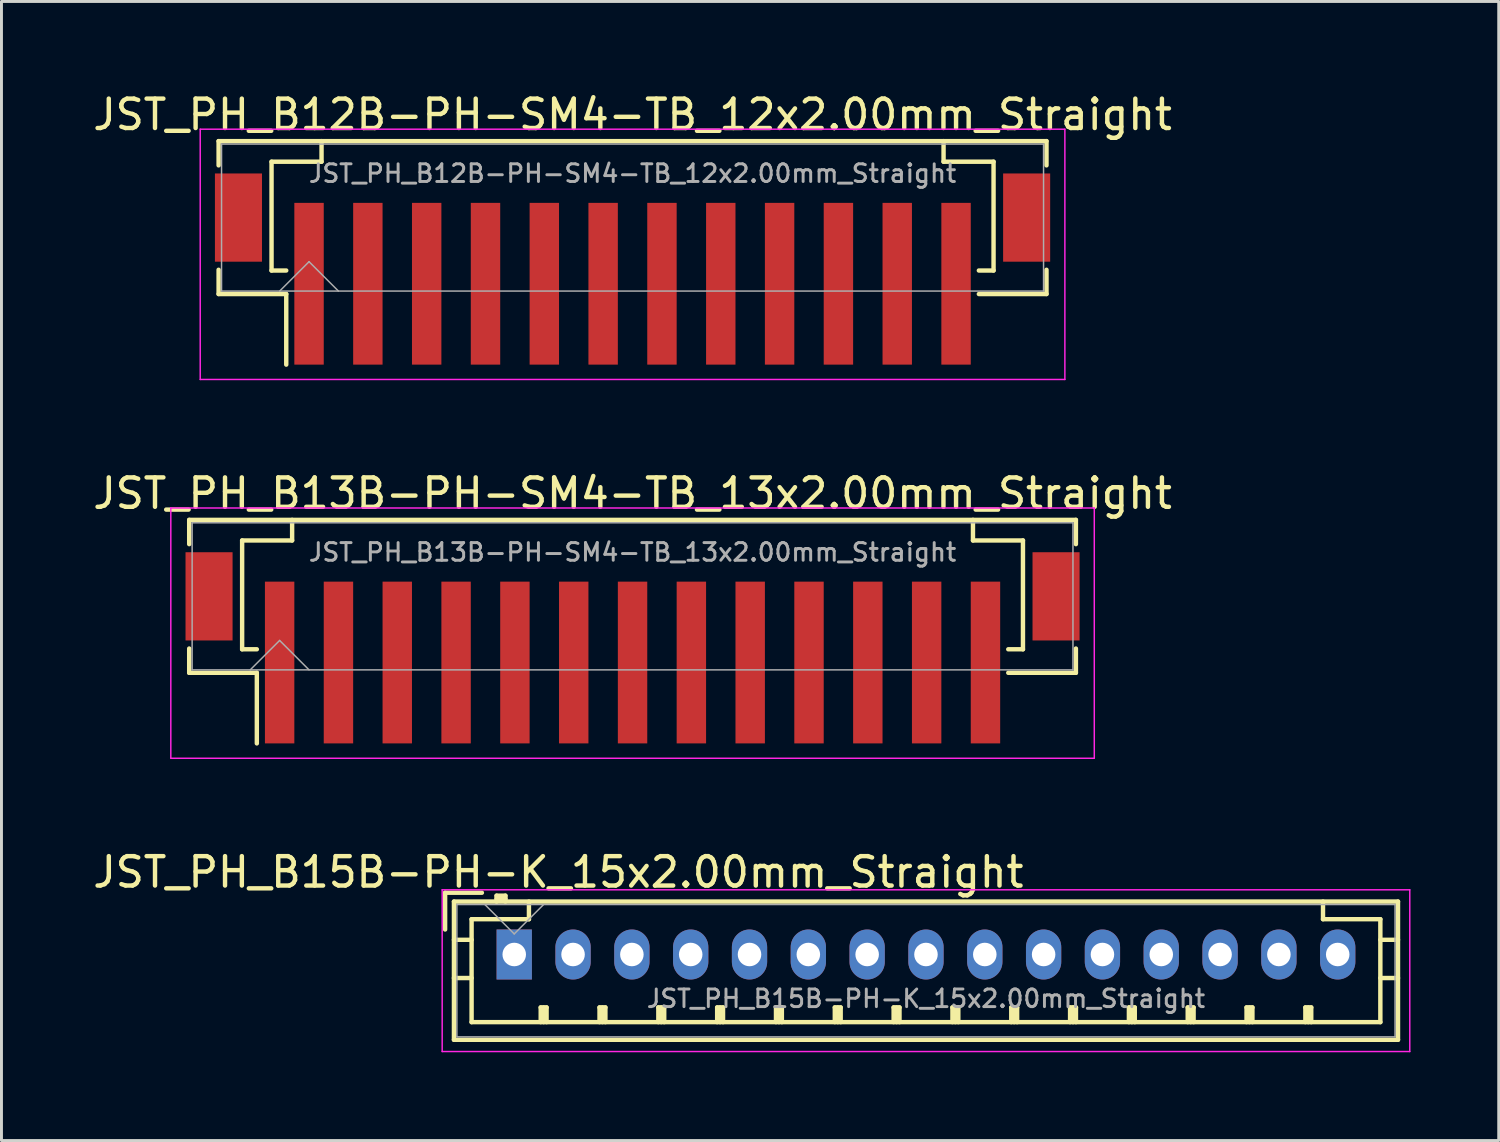
<source format=kicad_pcb>
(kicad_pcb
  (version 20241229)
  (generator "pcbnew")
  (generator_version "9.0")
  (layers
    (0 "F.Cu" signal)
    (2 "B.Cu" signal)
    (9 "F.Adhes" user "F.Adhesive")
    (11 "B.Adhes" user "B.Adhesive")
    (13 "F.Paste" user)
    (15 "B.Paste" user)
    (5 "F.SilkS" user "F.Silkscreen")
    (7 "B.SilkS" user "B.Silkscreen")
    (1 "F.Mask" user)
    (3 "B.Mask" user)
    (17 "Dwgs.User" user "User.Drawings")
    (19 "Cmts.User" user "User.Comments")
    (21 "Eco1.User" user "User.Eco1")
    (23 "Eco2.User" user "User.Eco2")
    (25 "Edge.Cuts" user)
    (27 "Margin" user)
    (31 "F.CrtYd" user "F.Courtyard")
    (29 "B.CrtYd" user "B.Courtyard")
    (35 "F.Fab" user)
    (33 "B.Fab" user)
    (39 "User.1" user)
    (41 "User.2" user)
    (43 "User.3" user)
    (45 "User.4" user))
  (footprint "JST_PH_B12B-PH-SM4-TB_12x2.00mm_Straight"
    (layer "F.Cu")
    (at 18.458 5.473)
    (property "Reference" "JST_PH_B12B-PH-SM4-TB_12x2.00mm_Straight" (at 0 -2.625 0) (layer "F.Fab") (effects (font (size 0.6 0.6) (thickness 0.1))))
    (attr smd)
    (fp_line (start -14.075 -3.725) (end 14.075 -3.725) (stroke (width 0.15) (type solid)) (layer "F.SilkS"))
    (fp_line (start -14.075 -2.9) (end -14.075 -3.725) (stroke (width 0.15) (type solid)) (layer "F.SilkS"))
    (fp_line (start -14.075 0.65) (end -14.075 1.475) (stroke (width 0.15) (type solid)) (layer "F.SilkS"))
    (fp_line (start -14.075 1.475) (end -11.775 1.475) (stroke (width 0.15) (type solid)) (layer "F.SilkS"))
    (fp_line (start -12.275 -3.025) (end -12.275 0.675) (stroke (width 0.15) (type solid)) (layer "F.SilkS"))
    (fp_line (start -12.275 0.675) (end -11.775 0.675) (stroke (width 0.15) (type solid)) (layer "F.SilkS"))
    (fp_line (start -11.775 1.475) (end -11.775 3.875) (stroke (width 0.15) (type solid)) (layer "F.SilkS"))
    (fp_line (start -10.575 -3.725) (end -10.575 -3.025) (stroke (width 0.15) (type solid)) (layer "F.SilkS"))
    (fp_line (start -10.575 -3.025) (end -12.275 -3.025) (stroke (width 0.15) (type solid)) (layer "F.SilkS"))
    (fp_line (start 10.575 -3.725) (end 10.575 -3.025) (stroke (width 0.15) (type solid)) (layer "F.SilkS"))
    (fp_line (start 10.575 -3.025) (end 12.275 -3.025) (stroke (width 0.15) (type solid)) (layer "F.SilkS"))
    (fp_line (start 12.275 -3.025) (end 12.275 0.675) (stroke (width 0.15) (type solid)) (layer "F.SilkS"))
    (fp_line (start 12.275 0.675) (end 11.775 0.675) (stroke (width 0.15) (type solid)) (layer "F.SilkS"))
    (fp_line (start 14.075 -3.725) (end 14.075 -2.9) (stroke (width 0.15) (type solid)) (layer "F.SilkS"))
    (fp_line (start 14.075 0.65) (end 14.075 1.475) (stroke (width 0.15) (type solid)) (layer "F.SilkS"))
    (fp_line (start 14.075 1.475) (end 11.775 1.475) (stroke (width 0.15) (type solid)) (layer "F.SilkS"))
    (fp_line (start -14.7 -4.13) (end -14.7 4.38) (stroke (width 0.05) (type solid)) (layer "F.CrtYd"))
    (fp_line (start -14.7 4.38) (end 14.7 4.38) (stroke (width 0.05) (type solid)) (layer "F.CrtYd"))
    (fp_line (start 14.7 -4.13) (end -14.7 -4.13) (stroke (width 0.05) (type solid)) (layer "F.CrtYd"))
    (fp_line (start 14.7 4.38) (end 14.7 -4.13) (stroke (width 0.05) (type solid)) (layer "F.CrtYd"))
    (fp_line (start -13.975 -3.625) (end -13.975 1.375) (stroke (width 0.05) (type solid)) (layer "F.Fab"))
    (fp_line (start -13.975 1.375) (end 13.975 1.375) (stroke (width 0.05) (type solid)) (layer "F.Fab"))
    (fp_line (start -12 1.375) (end -11 0.375) (stroke (width 0.05) (type solid)) (layer "F.Fab"))
    (fp_line (start -11 0.375) (end -10 1.375) (stroke (width 0.05) (type solid)) (layer "F.Fab"))
    (fp_line (start 13.975 -3.625) (end -13.975 -3.625) (stroke (width 0.05) (type solid)) (layer "F.Fab"))
    (fp_line (start 13.975 1.375) (end 13.975 -3.625) (stroke (width 0.05) (type solid)) (layer "F.Fab"))
    (fp_text user "${REFERENCE}" (at 0 -4.625 0) (layer "F.SilkS") (effects (font (size 1 1) (thickness 0.15))))
    (pad "" smd rect (at -13.4 -1.125) (size 1.6 3) (layers "F.Cu" "F.Mask" "F.Paste"))
    (pad "" smd rect (at 13.4 -1.125) (size 1.6 3) (layers "F.Cu" "F.Mask" "F.Paste"))
    (pad "1" smd rect (at -11 1.125) (size 1 5.5) (layers "F.Cu" "F.Mask" "F.Paste"))
    (pad "2" smd rect (at -9 1.125) (size 1 5.5) (layers "F.Cu" "F.Mask" "F.Paste"))
    (pad "3" smd rect (at -7 1.125) (size 1 5.5) (layers "F.Cu" "F.Mask" "F.Paste"))
    (pad "4" smd rect (at -5 1.125) (size 1 5.5) (layers "F.Cu" "F.Mask" "F.Paste"))
    (pad "5" smd rect (at -3 1.125) (size 1 5.5) (layers "F.Cu" "F.Mask" "F.Paste"))
    (pad "6" smd rect (at -1 1.125) (size 1 5.5) (layers "F.Cu" "F.Mask" "F.Paste"))
    (pad "7" smd rect (at 1 1.125) (size 1 5.5) (layers "F.Cu" "F.Mask" "F.Paste"))
    (pad "8" smd rect (at 3 1.125) (size 1 5.5) (layers "F.Cu" "F.Mask" "F.Paste"))
    (pad "9" smd rect (at 5 1.125) (size 1 5.5) (layers "F.Cu" "F.Mask" "F.Paste"))
    (pad "10" smd rect (at 7 1.125) (size 1 5.5) (layers "F.Cu" "F.Mask" "F.Paste"))
    (pad "11" smd rect (at 9 1.125) (size 1 5.5) (layers "F.Cu" "F.Mask" "F.Paste"))
    (pad "12" smd rect (at 11 1.125) (size 1 5.5) (layers "F.Cu" "F.Mask" "F.Paste")))
  (footprint "JST_PH_B15B-PH-K_15x2.00mm_Straight"
    (layer "F.Cu")
    (at 14.435 29.405)
    (property "Reference" "JST_PH_B15B-PH-K_15x2.00mm_Straight" (at 14 1.5 0) (layer "F.Fab") (effects (font (size 0.6 0.6) (thickness 0.1))))
    (attr through_hole)
    (fp_line (start -2.35 -2.1) (end -2.35 -0.85) (stroke (width 0.15) (type solid)) (layer "F.SilkS"))
    (fp_line (start -2.05 -1.8) (end -2.05 2.9) (stroke (width 0.15) (type solid)) (layer "F.SilkS"))
    (fp_line (start -2.05 -0.5) (end -1.45 -0.5) (stroke (width 0.15) (type solid)) (layer "F.SilkS"))
    (fp_line (start -2.05 0.8) (end -1.45 0.8) (stroke (width 0.15) (type solid)) (layer "F.SilkS"))
    (fp_line (start -2.05 2.9) (end 30.05 2.9) (stroke (width 0.15) (type solid)) (layer "F.SilkS"))
    (fp_line (start -1.45 -1.2) (end -1.45 2.3) (stroke (width 0.15) (type solid)) (layer "F.SilkS"))
    (fp_line (start -1.45 2.3) (end 29.45 2.3) (stroke (width 0.15) (type solid)) (layer "F.SilkS"))
    (fp_line (start -1.1 -2.1) (end -2.35 -2.1) (stroke (width 0.15) (type solid)) (layer "F.SilkS"))
    (fp_line (start -0.6 -2) (end -0.6 -1.8) (stroke (width 0.15) (type solid)) (layer "F.SilkS"))
    (fp_line (start -0.3 -2) (end -0.6 -2) (stroke (width 0.15) (type solid)) (layer "F.SilkS"))
    (fp_line (start -0.3 -1.9) (end -0.6 -1.9) (stroke (width 0.15) (type solid)) (layer "F.SilkS"))
    (fp_line (start -0.3 -1.8) (end -0.3 -2) (stroke (width 0.15) (type solid)) (layer "F.SilkS"))
    (fp_line (start 0.5 -1.8) (end 0.5 -1.2) (stroke (width 0.15) (type solid)) (layer "F.SilkS"))
    (fp_line (start 0.5 -1.2) (end -1.45 -1.2) (stroke (width 0.15) (type solid)) (layer "F.SilkS"))
    (fp_line (start 0.9 1.8) (end 1.1 1.8) (stroke (width 0.15) (type solid)) (layer "F.SilkS"))
    (fp_line (start 0.9 2.3) (end 0.9 1.8) (stroke (width 0.15) (type solid)) (layer "F.SilkS"))
    (fp_line (start 1 2.3) (end 1 1.8) (stroke (width 0.15) (type solid)) (layer "F.SilkS"))
    (fp_line (start 1.1 1.8) (end 1.1 2.3) (stroke (width 0.15) (type solid)) (layer "F.SilkS"))
    (fp_line (start 2.9 1.8) (end 3.1 1.8) (stroke (width 0.15) (type solid)) (layer "F.SilkS"))
    (fp_line (start 2.9 2.3) (end 2.9 1.8) (stroke (width 0.15) (type solid)) (layer "F.SilkS"))
    (fp_line (start 3 2.3) (end 3 1.8) (stroke (width 0.15) (type solid)) (layer "F.SilkS"))
    (fp_line (start 3.1 1.8) (end 3.1 2.3) (stroke (width 0.15) (type solid)) (layer "F.SilkS"))
    (fp_line (start 4.9 1.8) (end 5.1 1.8) (stroke (width 0.15) (type solid)) (layer "F.SilkS"))
    (fp_line (start 4.9 2.3) (end 4.9 1.8) (stroke (width 0.15) (type solid)) (layer "F.SilkS"))
    (fp_line (start 5 2.3) (end 5 1.8) (stroke (width 0.15) (type solid)) (layer "F.SilkS"))
    (fp_line (start 5.1 1.8) (end 5.1 2.3) (stroke (width 0.15) (type solid)) (layer "F.SilkS"))
    (fp_line (start 6.9 1.8) (end 7.1 1.8) (stroke (width 0.15) (type solid)) (layer "F.SilkS"))
    (fp_line (start 6.9 2.3) (end 6.9 1.8) (stroke (width 0.15) (type solid)) (layer "F.SilkS"))
    (fp_line (start 7 2.3) (end 7 1.8) (stroke (width 0.15) (type solid)) (layer "F.SilkS"))
    (fp_line (start 7.1 1.8) (end 7.1 2.3) (stroke (width 0.15) (type solid)) (layer "F.SilkS"))
    (fp_line (start 8.9 1.8) (end 9.1 1.8) (stroke (width 0.15) (type solid)) (layer "F.SilkS"))
    (fp_line (start 8.9 2.3) (end 8.9 1.8) (stroke (width 0.15) (type solid)) (layer "F.SilkS"))
    (fp_line (start 9 2.3) (end 9 1.8) (stroke (width 0.15) (type solid)) (layer "F.SilkS"))
    (fp_line (start 9.1 1.8) (end 9.1 2.3) (stroke (width 0.15) (type solid)) (layer "F.SilkS"))
    (fp_line (start 10.9 1.8) (end 11.1 1.8) (stroke (width 0.15) (type solid)) (layer "F.SilkS"))
    (fp_line (start 10.9 2.3) (end 10.9 1.8) (stroke (width 0.15) (type solid)) (layer "F.SilkS"))
    (fp_line (start 11 2.3) (end 11 1.8) (stroke (width 0.15) (type solid)) (layer "F.SilkS"))
    (fp_line (start 11.1 1.8) (end 11.1 2.3) (stroke (width 0.15) (type solid)) (layer "F.SilkS"))
    (fp_line (start 12.9 1.8) (end 13.1 1.8) (stroke (width 0.15) (type solid)) (layer "F.SilkS"))
    (fp_line (start 12.9 2.3) (end 12.9 1.8) (stroke (width 0.15) (type solid)) (layer "F.SilkS"))
    (fp_line (start 13 2.3) (end 13 1.8) (stroke (width 0.15) (type solid)) (layer "F.SilkS"))
    (fp_line (start 13.1 1.8) (end 13.1 2.3) (stroke (width 0.15) (type solid)) (layer "F.SilkS"))
    (fp_line (start 14.9 1.8) (end 15.1 1.8) (stroke (width 0.15) (type solid)) (layer "F.SilkS"))
    (fp_line (start 14.9 2.3) (end 14.9 1.8) (stroke (width 0.15) (type solid)) (layer "F.SilkS"))
    (fp_line (start 15 2.3) (end 15 1.8) (stroke (width 0.15) (type solid)) (layer "F.SilkS"))
    (fp_line (start 15.1 1.8) (end 15.1 2.3) (stroke (width 0.15) (type solid)) (layer "F.SilkS"))
    (fp_line (start 16.9 1.8) (end 17.1 1.8) (stroke (width 0.15) (type solid)) (layer "F.SilkS"))
    (fp_line (start 16.9 2.3) (end 16.9 1.8) (stroke (width 0.15) (type solid)) (layer "F.SilkS"))
    (fp_line (start 17 2.3) (end 17 1.8) (stroke (width 0.15) (type solid)) (layer "F.SilkS"))
    (fp_line (start 17.1 1.8) (end 17.1 2.3) (stroke (width 0.15) (type solid)) (layer "F.SilkS"))
    (fp_line (start 18.9 1.8) (end 19.1 1.8) (stroke (width 0.15) (type solid)) (layer "F.SilkS"))
    (fp_line (start 18.9 2.3) (end 18.9 1.8) (stroke (width 0.15) (type solid)) (layer "F.SilkS"))
    (fp_line (start 19 2.3) (end 19 1.8) (stroke (width 0.15) (type solid)) (layer "F.SilkS"))
    (fp_line (start 19.1 1.8) (end 19.1 2.3) (stroke (width 0.15) (type solid)) (layer "F.SilkS"))
    (fp_line (start 20.9 1.8) (end 21.1 1.8) (stroke (width 0.15) (type solid)) (layer "F.SilkS"))
    (fp_line (start 20.9 2.3) (end 20.9 1.8) (stroke (width 0.15) (type solid)) (layer "F.SilkS"))
    (fp_line (start 21 2.3) (end 21 1.8) (stroke (width 0.15) (type solid)) (layer "F.SilkS"))
    (fp_line (start 21.1 1.8) (end 21.1 2.3) (stroke (width 0.15) (type solid)) (layer "F.SilkS"))
    (fp_line (start 22.9 1.8) (end 23.1 1.8) (stroke (width 0.15) (type solid)) (layer "F.SilkS"))
    (fp_line (start 22.9 2.3) (end 22.9 1.8) (stroke (width 0.15) (type solid)) (layer "F.SilkS"))
    (fp_line (start 23 2.3) (end 23 1.8) (stroke (width 0.15) (type solid)) (layer "F.SilkS"))
    (fp_line (start 23.1 1.8) (end 23.1 2.3) (stroke (width 0.15) (type solid)) (layer "F.SilkS"))
    (fp_line (start 24.9 1.8) (end 25.1 1.8) (stroke (width 0.15) (type solid)) (layer "F.SilkS"))
    (fp_line (start 24.9 2.3) (end 24.9 1.8) (stroke (width 0.15) (type solid)) (layer "F.SilkS"))
    (fp_line (start 25 2.3) (end 25 1.8) (stroke (width 0.15) (type solid)) (layer "F.SilkS"))
    (fp_line (start 25.1 1.8) (end 25.1 2.3) (stroke (width 0.15) (type solid)) (layer "F.SilkS"))
    (fp_line (start 26.9 1.8) (end 27.1 1.8) (stroke (width 0.15) (type solid)) (layer "F.SilkS"))
    (fp_line (start 26.9 2.3) (end 26.9 1.8) (stroke (width 0.15) (type solid)) (layer "F.SilkS"))
    (fp_line (start 27 2.3) (end 27 1.8) (stroke (width 0.15) (type solid)) (layer "F.SilkS"))
    (fp_line (start 27.1 1.8) (end 27.1 2.3) (stroke (width 0.15) (type solid)) (layer "F.SilkS"))
    (fp_line (start 27.5 -1.2) (end 27.5 -1.8) (stroke (width 0.15) (type solid)) (layer "F.SilkS"))
    (fp_line (start 29.45 -1.2) (end 27.5 -1.2) (stroke (width 0.15) (type solid)) (layer "F.SilkS"))
    (fp_line (start 29.45 2.3) (end 29.45 -1.2) (stroke (width 0.15) (type solid)) (layer "F.SilkS"))
    (fp_line (start 30.05 -1.8) (end -2.05 -1.8) (stroke (width 0.15) (type solid)) (layer "F.SilkS"))
    (fp_line (start 30.05 -0.5) (end 29.45 -0.5) (stroke (width 0.15) (type solid)) (layer "F.SilkS"))
    (fp_line (start 30.05 0.8) (end 29.45 0.8) (stroke (width 0.15) (type solid)) (layer "F.SilkS"))
    (fp_line (start 30.05 2.9) (end 30.05 -1.8) (stroke (width 0.15) (type solid)) (layer "F.SilkS"))
    (fp_line (start -2.45 -2.2) (end -2.45 3.3) (stroke (width 0.05) (type solid)) (layer "F.CrtYd"))
    (fp_line (start -2.45 3.3) (end 30.45 3.3) (stroke (width 0.05) (type solid)) (layer "F.CrtYd"))
    (fp_line (start 30.45 -2.2) (end -2.45 -2.2) (stroke (width 0.05) (type solid)) (layer "F.CrtYd"))
    (fp_line (start 30.45 3.3) (end 30.45 -2.2) (stroke (width 0.05) (type solid)) (layer "F.CrtYd"))
    (fp_line (start -1.95 -1.7) (end -1.95 2.8) (stroke (width 0.05) (type solid)) (layer "F.Fab"))
    (fp_line (start -1.95 2.8) (end 29.95 2.8) (stroke (width 0.05) (type solid)) (layer "F.Fab"))
    (fp_line (start -1 -1.7) (end 0 -0.7) (stroke (width 0.05) (type solid)) (layer "F.Fab"))
    (fp_line (start 0 -0.7) (end 1 -1.7) (stroke (width 0.05) (type solid)) (layer "F.Fab"))
    (fp_line (start 29.95 -1.7) (end -1.95 -1.7) (stroke (width 0.05) (type solid)) (layer "F.Fab"))
    (fp_line (start 29.95 2.8) (end 29.95 -1.7) (stroke (width 0.05) (type solid)) (layer "F.Fab"))
    (fp_text user "${REFERENCE}" (at 1.5 -2.8 0) (layer "F.SilkS") (effects (font (size 1 1) (thickness 0.15))))
    (pad "1" thru_hole rect (at 0 0) (size 1.2 1.7) (drill 0.8) (layers "*.Cu" "*.Mask"))
    (pad "2" thru_hole oval (at 2 0) (size 1.2 1.7) (drill 0.8) (layers "*.Cu" "*.Mask"))
    (pad "3" thru_hole oval (at 4 0) (size 1.2 1.7) (drill 0.8) (layers "*.Cu" "*.Mask"))
    (pad "4" thru_hole oval (at 6 0) (size 1.2 1.7) (drill 0.8) (layers "*.Cu" "*.Mask"))
    (pad "5" thru_hole oval (at 8 0) (size 1.2 1.7) (drill 0.8) (layers "*.Cu" "*.Mask"))
    (pad "6" thru_hole oval (at 10 0) (size 1.2 1.7) (drill 0.8) (layers "*.Cu" "*.Mask"))
    (pad "7" thru_hole oval (at 12 0) (size 1.2 1.7) (drill 0.8) (layers "*.Cu" "*.Mask"))
    (pad "8" thru_hole oval (at 14 0) (size 1.2 1.7) (drill 0.8) (layers "*.Cu" "*.Mask"))
    (pad "9" thru_hole oval (at 16 0) (size 1.2 1.7) (drill 0.8) (layers "*.Cu" "*.Mask"))
    (pad "10" thru_hole oval (at 18 0) (size 1.2 1.7) (drill 0.8) (layers "*.Cu" "*.Mask"))
    (pad "11" thru_hole oval (at 20 0) (size 1.2 1.7) (drill 0.8) (layers "*.Cu" "*.Mask"))
    (pad "12" thru_hole oval (at 22 0) (size 1.2 1.7) (drill 0.8) (layers "*.Cu" "*.Mask"))
    (pad "13" thru_hole oval (at 24 0) (size 1.2 1.7) (drill 0.8) (layers "*.Cu" "*.Mask"))
    (pad "14" thru_hole oval (at 26 0) (size 1.2 1.7) (drill 0.8) (layers "*.Cu" "*.Mask"))
    (pad "15" thru_hole oval (at 28 0) (size 1.2 1.7) (drill 0.8) (layers "*.Cu" "*.Mask")))
  (footprint "JST_PH_B13B-PH-SM4-TB_13x2.00mm_Straight"
    (layer "F.Cu")
    (at 18.458 18.352)
    (property "Reference" "JST_PH_B13B-PH-SM4-TB_13x2.00mm_Straight" (at 0 -2.625 0) (layer "F.Fab") (effects (font (size 0.6 0.6) (thickness 0.1))))
    (attr smd)
    (fp_line (start -15.075 -3.725) (end 15.075 -3.725) (stroke (width 0.15) (type solid)) (layer "F.SilkS"))
    (fp_line (start -15.075 -2.9) (end -15.075 -3.725) (stroke (width 0.15) (type solid)) (layer "F.SilkS"))
    (fp_line (start -15.075 0.65) (end -15.075 1.475) (stroke (width 0.15) (type solid)) (layer "F.SilkS"))
    (fp_line (start -15.075 1.475) (end -12.775 1.475) (stroke (width 0.15) (type solid)) (layer "F.SilkS"))
    (fp_line (start -13.275 -3.025) (end -13.275 0.675) (stroke (width 0.15) (type solid)) (layer "F.SilkS"))
    (fp_line (start -13.275 0.675) (end -12.775 0.675) (stroke (width 0.15) (type solid)) (layer "F.SilkS"))
    (fp_line (start -12.775 1.475) (end -12.775 3.875) (stroke (width 0.15) (type solid)) (layer "F.SilkS"))
    (fp_line (start -11.575 -3.725) (end -11.575 -3.025) (stroke (width 0.15) (type solid)) (layer "F.SilkS"))
    (fp_line (start -11.575 -3.025) (end -13.275 -3.025) (stroke (width 0.15) (type solid)) (layer "F.SilkS"))
    (fp_line (start 11.575 -3.725) (end 11.575 -3.025) (stroke (width 0.15) (type solid)) (layer "F.SilkS"))
    (fp_line (start 11.575 -3.025) (end 13.275 -3.025) (stroke (width 0.15) (type solid)) (layer "F.SilkS"))
    (fp_line (start 13.275 -3.025) (end 13.275 0.675) (stroke (width 0.15) (type solid)) (layer "F.SilkS"))
    (fp_line (start 13.275 0.675) (end 12.775 0.675) (stroke (width 0.15) (type solid)) (layer "F.SilkS"))
    (fp_line (start 15.075 -3.725) (end 15.075 -2.9) (stroke (width 0.15) (type solid)) (layer "F.SilkS"))
    (fp_line (start 15.075 0.65) (end 15.075 1.475) (stroke (width 0.15) (type solid)) (layer "F.SilkS"))
    (fp_line (start 15.075 1.475) (end 12.775 1.475) (stroke (width 0.15) (type solid)) (layer "F.SilkS"))
    (fp_line (start -15.7 -4.13) (end -15.7 4.38) (stroke (width 0.05) (type solid)) (layer "F.CrtYd"))
    (fp_line (start -15.7 4.38) (end 15.7 4.38) (stroke (width 0.05) (type solid)) (layer "F.CrtYd"))
    (fp_line (start 15.7 -4.13) (end -15.7 -4.13) (stroke (width 0.05) (type solid)) (layer "F.CrtYd"))
    (fp_line (start 15.7 4.38) (end 15.7 -4.13) (stroke (width 0.05) (type solid)) (layer "F.CrtYd"))
    (fp_line (start -14.975 -3.625) (end -14.975 1.375) (stroke (width 0.05) (type solid)) (layer "F.Fab"))
    (fp_line (start -14.975 1.375) (end 14.975 1.375) (stroke (width 0.05) (type solid)) (layer "F.Fab"))
    (fp_line (start -13 1.375) (end -12 0.375) (stroke (width 0.05) (type solid)) (layer "F.Fab"))
    (fp_line (start -12 0.375) (end -11 1.375) (stroke (width 0.05) (type solid)) (layer "F.Fab"))
    (fp_line (start 14.975 -3.625) (end -14.975 -3.625) (stroke (width 0.05) (type solid)) (layer "F.Fab"))
    (fp_line (start 14.975 1.375) (end 14.975 -3.625) (stroke (width 0.05) (type solid)) (layer "F.Fab"))
    (fp_text user "${REFERENCE}" (at 0 -4.625 0) (layer "F.SilkS") (effects (font (size 1 1) (thickness 0.15))))
    (pad "" smd rect (at -14.4 -1.125) (size 1.6 3) (layers "F.Cu" "F.Mask" "F.Paste"))
    (pad "" smd rect (at 14.4 -1.125) (size 1.6 3) (layers "F.Cu" "F.Mask" "F.Paste"))
    (pad "1" smd rect (at -12 1.125) (size 1 5.5) (layers "F.Cu" "F.Mask" "F.Paste"))
    (pad "2" smd rect (at -10 1.125) (size 1 5.5) (layers "F.Cu" "F.Mask" "F.Paste"))
    (pad "3" smd rect (at -8 1.125) (size 1 5.5) (layers "F.Cu" "F.Mask" "F.Paste"))
    (pad "4" smd rect (at -6 1.125) (size 1 5.5) (layers "F.Cu" "F.Mask" "F.Paste"))
    (pad "5" smd rect (at -4 1.125) (size 1 5.5) (layers "F.Cu" "F.Mask" "F.Paste"))
    (pad "6" smd rect (at -2 1.125) (size 1 5.5) (layers "F.Cu" "F.Mask" "F.Paste"))
    (pad "7" smd rect (at 0 1.125) (size 1 5.5) (layers "F.Cu" "F.Mask" "F.Paste"))
    (pad "8" smd rect (at 2 1.125) (size 1 5.5) (layers "F.Cu" "F.Mask" "F.Paste"))
    (pad "9" smd rect (at 4 1.125) (size 1 5.5) (layers "F.Cu" "F.Mask" "F.Paste"))
    (pad "10" smd rect (at 6 1.125) (size 1 5.5) (layers "F.Cu" "F.Mask" "F.Paste"))
    (pad "11" smd rect (at 8 1.125) (size 1 5.5) (layers "F.Cu" "F.Mask" "F.Paste"))
    (pad "12" smd rect (at 10 1.125) (size 1 5.5) (layers "F.Cu" "F.Mask" "F.Paste"))
    (pad "13" smd rect (at 12 1.125) (size 1 5.5) (layers "F.Cu" "F.Mask" "F.Paste")))
  (gr_rect
    (start -3 -3)
    (end 47.91 35.73)
    (stroke (width 0.1) (type default))
    (fill no)
    (layer "Edge.Cuts")))
</source>
